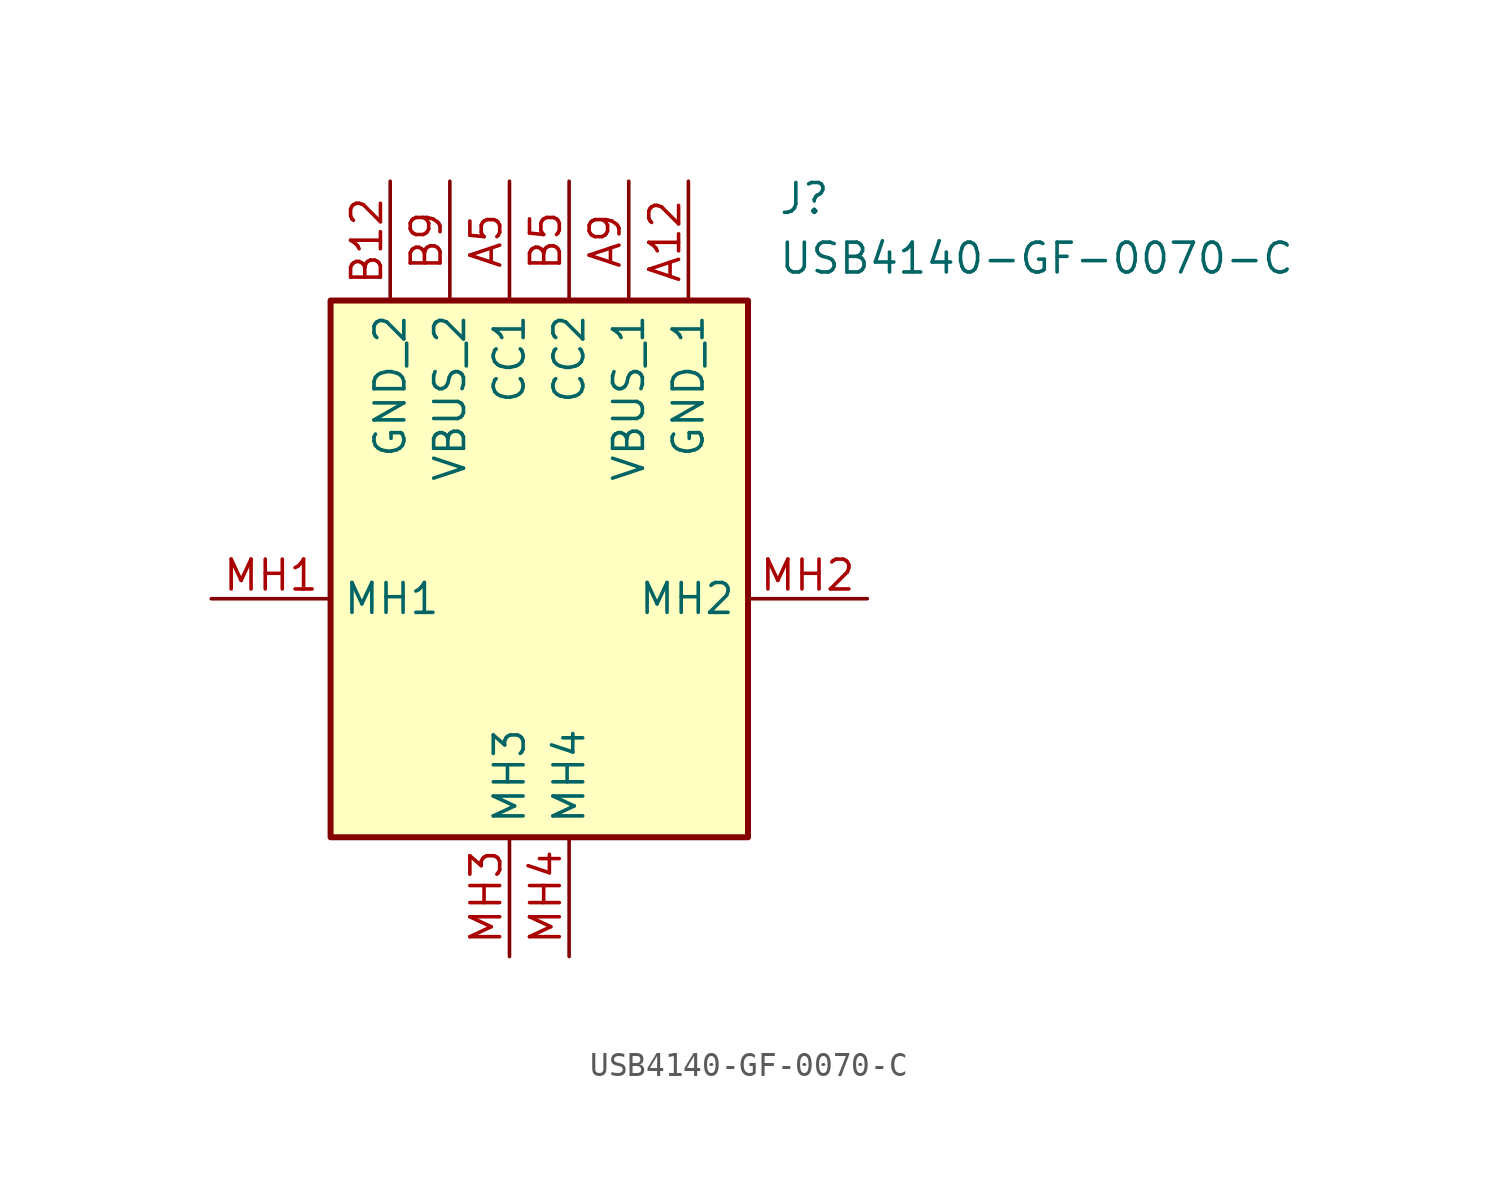
<source format=kicad_sym>
(kicad_symbol_lib
  (version 20211014)
  (generator SamacSys_ECAD_Model)
  (symbol "USB4140-GF-0070-C"
    (property "Reference" "J"
      (at 24.13 17.78 0)
      (effects (font (size 1.27 1.27)) (justify left top)))
    (property "Value" "USB4140-GF-0070-C"
      (at 24.13 15.24 0)
      (effects (font (size 1.27 1.27)) (justify left top)))
    (rectangle
      (start 5.08 12.7)
      (end 22.86 -10.16)
      (stroke (width 0.254) (type default))
      (fill (type background)))
    (pin passive line
      (at 12.7 17.78 270)
      (length 5.08)
      (name "CC1" (effects (font (size 1.27 1.27))))
      (number "A5" (effects (font (size 1.27 1.27)))))
    (pin passive line
      (at 17.78 17.78 270)
      (length 5.08)
      (name "VBUS_1" (effects (font (size 1.27 1.27))))
      (number "A9" (effects (font (size 1.27 1.27)))))
    (pin passive line
      (at 20.32 17.78 270)
      (length 5.08)
      (name "GND_1" (effects (font (size 1.27 1.27))))
      (number "A12" (effects (font (size 1.27 1.27)))))
    (pin passive line
      (at 15.24 17.78 270)
      (length 5.08)
      (name "CC2" (effects (font (size 1.27 1.27))))
      (number "B5" (effects (font (size 1.27 1.27)))))
    (pin passive line
      (at 10.16 17.78 270)
      (length 5.08)
      (name "VBUS_2" (effects (font (size 1.27 1.27))))
      (number "B9" (effects (font (size 1.27 1.27)))))
    (pin passive line
      (at 7.62 17.78 270)
      (length 5.08)
      (name "GND_2" (effects (font (size 1.27 1.27))))
      (number "B12" (effects (font (size 1.27 1.27)))))
    (pin passive line
      (at 0 0 0)
      (length 5.08)
      (name "MH1" (effects (font (size 1.27 1.27))))
      (number "MH1" (effects (font (size 1.27 1.27)))))
    (pin passive line
      (at 27.94 0 180)
      (length 5.08)
      (name "MH2" (effects (font (size 1.27 1.27))))
      (number "MH2" (effects (font (size 1.27 1.27)))))
    (pin passive line
      (at 12.7 -15.24 90)
      (length 5.08)
      (name "MH3" (effects (font (size 1.27 1.27))))
      (number "MH3" (effects (font (size 1.27 1.27)))))
    (pin passive line
      (at 15.24 -15.24 90)
      (length 5.08)
      (name "MH4" (effects (font (size 1.27 1.27))))
      (number "MH4" (effects (font (size 1.27 1.27)))))))
</source>
